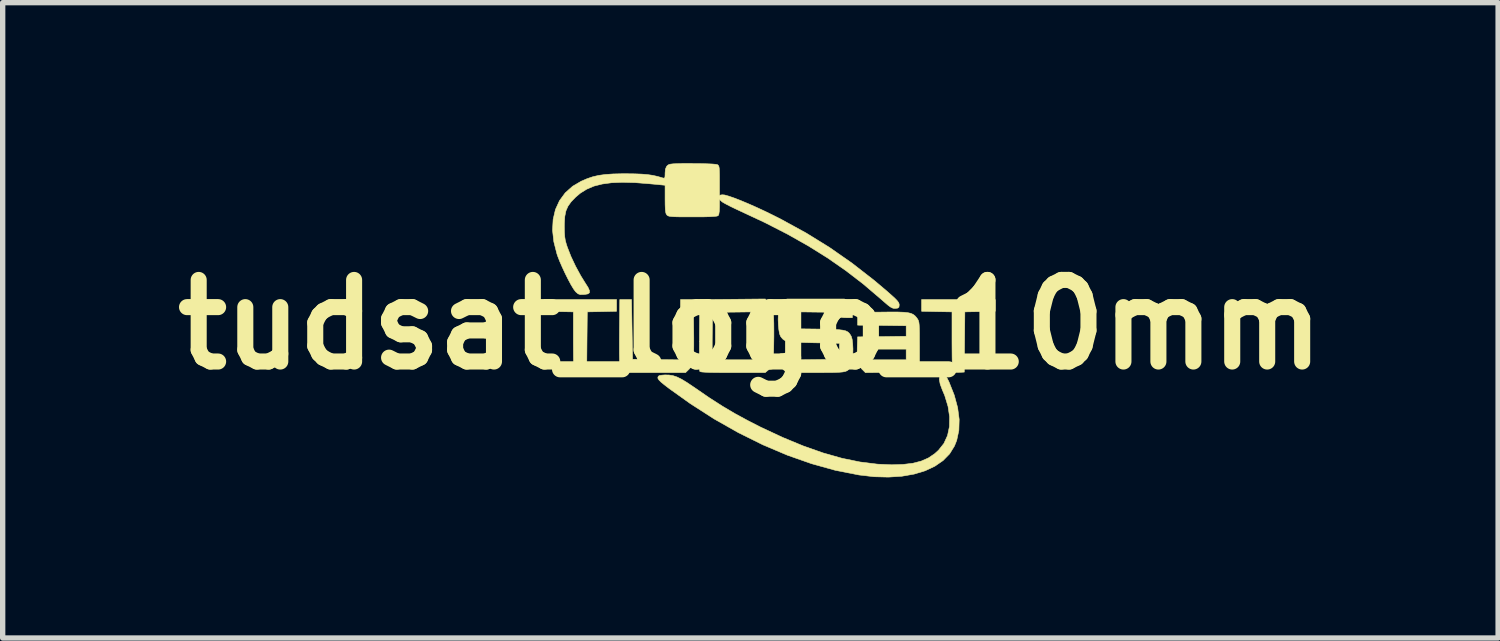
<source format=kicad_pcb>
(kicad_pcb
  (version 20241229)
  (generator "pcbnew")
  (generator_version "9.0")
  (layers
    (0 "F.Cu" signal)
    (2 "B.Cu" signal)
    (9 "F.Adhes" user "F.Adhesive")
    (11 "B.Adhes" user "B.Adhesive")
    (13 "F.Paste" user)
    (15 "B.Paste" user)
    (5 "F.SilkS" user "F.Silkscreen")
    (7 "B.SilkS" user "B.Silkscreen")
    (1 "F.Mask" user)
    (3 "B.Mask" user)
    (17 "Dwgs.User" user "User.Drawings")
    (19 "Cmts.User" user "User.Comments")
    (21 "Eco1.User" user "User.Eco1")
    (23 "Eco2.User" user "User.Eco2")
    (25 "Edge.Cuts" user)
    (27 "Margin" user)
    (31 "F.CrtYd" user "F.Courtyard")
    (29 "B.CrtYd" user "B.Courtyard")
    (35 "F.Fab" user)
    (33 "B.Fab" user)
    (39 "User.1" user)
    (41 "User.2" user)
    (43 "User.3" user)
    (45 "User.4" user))
  (footprint "tudsat_logo_10mm"
    (layer "F.Cu")
    (at 10.966 3.013)
    (property "Reference" "tudsat_logo_10mm" (at 0 0 0) (layer "F.SilkS") (effects (font (size 1.524 1.524) (thickness 0.3))))
    (attr through_hole)
    (fp_poly (pts (xy 4.572 -0.249) (xy 4.288 -0.243) (xy 4.005 -0.238) (xy 3.994 0.887) (xy 3.894 0.892) (xy 3.834 0.893) (xy 3.791 0.889) (xy 3.779 0.884) (xy 3.776 0.861) (xy 3.772 0.804) (xy 3.769 0.717) (xy 3.767 0.606) (xy 3.766 0.476) (xy 3.765 0.332) (xy 3.765 0.316) (xy 3.765 -0.238) (xy 3.481 -0.243) (xy 3.197 -0.249) (xy 3.197 -0.468) (xy 4.572 -0.468) (xy 4.572 -0.249)) (stroke (width 0.01) (type solid)) (fill yes) (layer "F.SilkS"))
    (fp_poly (pts (xy -2.5 -0.249) (xy -2.774 -0.243) (xy -3.047 -0.238) (xy -3.053 0.324) (xy -3.058 0.887) (xy -3.168 0.892) (xy -3.232 0.893) (xy -3.278 0.889) (xy -3.293 0.884) (xy -3.297 0.861) (xy -3.3 0.804) (xy -3.303 0.717) (xy -3.305 0.606) (xy -3.306 0.476) (xy -3.307 0.332) (xy -3.307 0.316) (xy -3.307 -0.238) (xy -3.581 -0.243) (xy -3.855 -0.249) (xy -3.855 -0.468) (xy -2.5 -0.468) (xy -2.5 -0.249)) (stroke (width 0.01) (type solid)) (fill yes) (layer "F.SilkS"))
    (fp_poly (pts (xy -2.211 0.09) (xy -2.201 0.647) (xy -1.758 0.653) (xy -1.315 0.658) (xy -1.31 0.095) (xy -1.305 -0.468) (xy -1.066 -0.468) (xy -1.06 0.06) (xy -1.058 0.243) (xy -1.058 0.391) (xy -1.059 0.509) (xy -1.063 0.6) (xy -1.069 0.669) (xy -1.079 0.721) (xy -1.093 0.76) (xy -1.111 0.791) (xy -1.133 0.818) (xy -1.145 0.831) (xy -1.211 0.896) (xy -2.308 0.896) (xy -2.369 0.835) (xy -2.41 0.787) (xy -2.437 0.741) (xy -2.441 0.731) (xy -2.444 0.7) (xy -2.445 0.635) (xy -2.447 0.541) (xy -2.447 0.424) (xy -2.447 0.289) (xy -2.446 0.141) (xy -2.446 0.11) (xy -2.44 -0.468) (xy -2.221 -0.468) (xy -2.211 0.09)) (stroke (width 0.01) (type solid)) (fill yes) (layer "F.SilkS"))
    (fp_poly (pts (xy 2.764 -0.235) (xy 2.864 -0.231) (xy 2.94 -0.223) (xy 2.997 -0.21) (xy 3.039 -0.191) (xy 3.073 -0.165) (xy 3.103 -0.131) (xy 3.116 -0.113) (xy 3.129 -0.093) (xy 3.139 -0.07) (xy 3.147 -0.039) (xy 3.152 0.006) (xy 3.155 0.07) (xy 3.157 0.158) (xy 3.157 0.275) (xy 3.158 0.415) (xy 3.158 0.887) (xy 2.148 0.897) (xy 2.082 0.831) (xy 2.044 0.785) (xy 2.017 0.73) (xy 2.001 0.661) (xy 1.994 0.569) (xy 1.995 0.458) (xy 2.251 0.458) (xy 2.251 0.657) (xy 2.909 0.657) (xy 2.909 0.458) (xy 2.251 0.458) (xy 1.995 0.458) (xy 1.995 0.447) (xy 1.996 0.408) (xy 2.002 0.229) (xy 2.455 0.224) (xy 2.909 0.218) (xy 2.909 0.021) (xy 2.455 0.015) (xy 2.002 0.01) (xy 2.002 -0.229) (xy 2.47 -0.234) (xy 2.635 -0.236) (xy 2.764 -0.235)) (stroke (width 0.01) (type solid)) (fill yes) (layer "F.SilkS"))
    (fp_poly (pts (xy 0.345 -0.411) (xy 0.404 -0.33) (xy 0.425 -0.266) (xy 0.43 -0.212) (xy 0.434 -0.129) (xy 0.437 -0.023) (xy 0.438 0.098) (xy 0.438 0.226) (xy 0.436 0.354) (xy 0.434 0.474) (xy 0.43 0.578) (xy 0.425 0.661) (xy 0.419 0.713) (xy 0.418 0.721) (xy 0.388 0.784) (xy 0.342 0.841) (xy 0.337 0.845) (xy 0.276 0.896) (xy -0.331 0.896) (xy -0.511 0.896) (xy -0.655 0.895) (xy -0.766 0.893) (xy -0.848 0.889) (xy -0.903 0.885) (xy -0.935 0.879) (xy -0.947 0.872) (xy -0.947 0.871) (xy -0.949 0.846) (xy -0.951 0.786) (xy -0.952 0.695) (xy -0.953 0.58) (xy -0.953 0.444) (xy -0.953 0.428) (xy -0.714 0.428) (xy -0.713 0.522) (xy -0.712 0.591) (xy -0.709 0.628) (xy -0.708 0.632) (xy -0.696 0.641) (xy -0.663 0.647) (xy -0.605 0.652) (xy -0.52 0.655) (xy -0.402 0.657) (xy -0.26 0.657) (xy 0.179 0.657) (xy 0.179 -0.24) (xy -0.264 -0.234) (xy -0.707 -0.229) (xy -0.713 0.189) (xy -0.714 0.315) (xy -0.714 0.428) (xy -0.953 0.428) (xy -0.952 0.293) (xy -0.952 0.189) (xy -0.946 -0.468) (xy -0.335 -0.473) (xy 0.277 -0.479) (xy 0.345 -0.411)) (stroke (width 0.01) (type solid)) (fill yes) (layer "F.SilkS"))
    (fp_poly (pts (xy 3.626 0.935) (xy 3.664 0.982) (xy 3.707 1.066) (xy 3.709 1.071) (xy 3.807 1.317) (xy 3.87 1.55) (xy 3.899 1.77) (xy 3.893 1.975) (xy 3.853 2.162) (xy 3.811 2.267) (xy 3.721 2.413) (xy 3.598 2.539) (xy 3.444 2.645) (xy 3.263 2.73) (xy 3.057 2.792) (xy 2.828 2.832) (xy 2.578 2.848) (xy 2.31 2.841) (xy 2.026 2.808) (xy 2.022 2.807) (xy 1.585 2.721) (xy 1.14 2.597) (xy 0.688 2.438) (xy 0.233 2.245) (xy -0.223 2.019) (xy -0.677 1.762) (xy -1.125 1.474) (xy -1.51 1.199) (xy -1.603 1.128) (xy -1.668 1.075) (xy -1.707 1.036) (xy -1.726 1.008) (xy -1.729 0.988) (xy -1.721 0.965) (xy -1.699 0.951) (xy -1.652 0.944) (xy -1.601 0.94) (xy -1.524 0.941) (xy -1.45 0.952) (xy -1.374 0.977) (xy -1.288 1.019) (xy -1.187 1.08) (xy -1.064 1.163) (xy -1.021 1.192) (xy -0.767 1.367) (xy -0.527 1.521) (xy -0.289 1.662) (xy -0.04 1.797) (xy 0.189 1.914) (xy 0.6 2.106) (xy 0.989 2.267) (xy 1.359 2.397) (xy 1.712 2.497) (xy 2.049 2.566) (xy 2.372 2.606) (xy 2.64 2.618) (xy 2.854 2.611) (xy 3.036 2.589) (xy 3.191 2.549) (xy 3.325 2.49) (xy 3.443 2.41) (xy 3.513 2.346) (xy 3.614 2.219) (xy 3.682 2.07) (xy 3.717 1.904) (xy 3.72 1.722) (xy 3.691 1.528) (xy 3.629 1.324) (xy 3.585 1.221) (xy 3.544 1.111) (xy 3.528 1.024) (xy 3.537 0.961) (xy 3.556 0.937) (xy 3.591 0.92) (xy 3.626 0.935)) (stroke (width 0.01) (type solid)) (fill yes) (layer "F.SilkS"))
    (fp_poly (pts (xy 1.836 -0.4) (xy 1.882 -0.351) (xy 1.904 -0.312) (xy 1.91 -0.267) (xy 1.909 -0.225) (xy 1.903 -0.129) (xy 1.794 -0.129) (xy 1.731 -0.131) (xy 1.696 -0.139) (xy 1.68 -0.158) (xy 1.673 -0.179) (xy 1.662 -0.229) (xy 1.219 -0.234) (xy 0.777 -0.24) (xy 0.777 0.077) (xy 1.26 0.083) (xy 1.424 0.086) (xy 1.553 0.089) (xy 1.652 0.095) (xy 1.726 0.104) (xy 1.78 0.117) (xy 1.818 0.136) (xy 1.846 0.161) (xy 1.868 0.193) (xy 1.884 0.221) (xy 1.9 0.275) (xy 1.91 0.357) (xy 1.915 0.453) (xy 1.913 0.555) (xy 1.907 0.651) (xy 1.895 0.729) (xy 1.877 0.78) (xy 1.876 0.782) (xy 1.854 0.815) (xy 1.833 0.84) (xy 1.808 0.86) (xy 1.774 0.874) (xy 1.726 0.884) (xy 1.66 0.89) (xy 1.571 0.894) (xy 1.454 0.895) (xy 1.304 0.896) (xy 1.218 0.896) (xy 0.673 0.896) (xy 0.607 0.831) (xy 0.554 0.761) (xy 0.528 0.677) (xy 0.527 0.67) (xy 0.522 0.605) (xy 0.528 0.563) (xy 0.533 0.555) (xy 0.562 0.545) (xy 0.617 0.541) (xy 0.66 0.542) (xy 0.722 0.547) (xy 0.755 0.557) (xy 0.769 0.577) (xy 0.773 0.603) (xy 0.78 0.658) (xy 1.222 0.653) (xy 1.663 0.647) (xy 1.663 0.349) (xy 1.175 0.339) (xy 1.015 0.335) (xy 0.89 0.331) (xy 0.794 0.326) (xy 0.722 0.318) (xy 0.671 0.307) (xy 0.633 0.291) (xy 0.605 0.27) (xy 0.581 0.243) (xy 0.562 0.217) (xy 0.544 0.171) (xy 0.531 0.097) (xy 0.522 0.004) (xy 0.518 -0.096) (xy 0.521 -0.192) (xy 0.527 -0.252) (xy 0.549 -0.331) (xy 0.592 -0.394) (xy 0.611 -0.413) (xy 0.68 -0.478) (xy 1.758 -0.478) (xy 1.836 -0.4)) (stroke (width 0.01) (type solid)) (fill yes) (layer "F.SilkS"))
    (fp_poly (pts (xy -0.938 -3.007) (xy -0.813 -3.004) (xy -0.715 -3) (xy -0.648 -2.994) (xy -0.616 -2.988) (xy -0.601 -2.976) (xy -0.59 -2.957) (xy -0.583 -2.924) (xy -0.58 -2.869) (xy -0.578 -2.787) (xy -0.578 -2.691) (xy -0.578 -2.416) (xy -0.529 -2.425) (xy -0.485 -2.422) (xy -0.409 -2.401) (xy -0.307 -2.366) (xy -0.183 -2.318) (xy -0.042 -2.259) (xy 0.112 -2.191) (xy 0.276 -2.115) (xy 0.443 -2.033) (xy 0.577 -1.965) (xy 1.039 -1.712) (xy 1.476 -1.442) (xy 1.896 -1.149) (xy 2.31 -0.827) (xy 2.54 -0.633) (xy 2.632 -0.552) (xy 2.698 -0.492) (xy 2.741 -0.447) (xy 2.766 -0.414) (xy 2.777 -0.386) (xy 2.779 -0.367) (xy 2.774 -0.327) (xy 2.753 -0.309) (xy 2.709 -0.303) (xy 2.679 -0.303) (xy 2.65 -0.311) (xy 2.614 -0.33) (xy 2.567 -0.365) (xy 2.503 -0.42) (xy 2.42 -0.492) (xy 2.107 -0.759) (xy 1.783 -1.008) (xy 1.442 -1.245) (xy 1.08 -1.471) (xy 0.692 -1.69) (xy 0.274 -1.904) (xy -0.173 -2.113) (xy -0.28 -2.163) (xy -0.377 -2.21) (xy -0.456 -2.251) (xy -0.512 -2.282) (xy -0.533 -2.297) (xy -0.578 -2.338) (xy -0.578 -2.199) (xy -0.581 -2.12) (xy -0.59 -2.061) (xy -0.602 -2.036) (xy -0.624 -2.027) (xy -0.673 -2.021) (xy -0.753 -2.016) (xy -0.865 -2.013) (xy -1.014 -2.012) (xy -1.077 -2.012) (xy -1.223 -2.012) (xy -1.335 -2.013) (xy -1.417 -2.015) (xy -1.475 -2.019) (xy -1.514 -2.024) (xy -1.539 -2.032) (xy -1.555 -2.043) (xy -1.561 -2.049) (xy -1.575 -2.071) (xy -1.584 -2.105) (xy -1.59 -2.16) (xy -1.593 -2.24) (xy -1.594 -2.344) (xy -1.594 -2.603) (xy -1.888 -2.631) (xy -2.155 -2.652) (xy -2.389 -2.658) (xy -2.592 -2.65) (xy -2.769 -2.626) (xy -2.923 -2.587) (xy -3.057 -2.53) (xy -3.176 -2.456) (xy -3.266 -2.38) (xy -3.349 -2.294) (xy -3.408 -2.211) (xy -3.446 -2.124) (xy -3.467 -2.021) (xy -3.475 -1.893) (xy -3.476 -1.833) (xy -3.474 -1.723) (xy -3.468 -1.64) (xy -3.457 -1.57) (xy -3.437 -1.498) (xy -3.419 -1.444) (xy -3.352 -1.273) (xy -3.265 -1.089) (xy -3.167 -0.909) (xy -3.085 -0.777) (xy -3.032 -0.693) (xy -3.006 -0.634) (xy -3.006 -0.596) (xy -3.035 -0.574) (xy -3.092 -0.564) (xy -3.116 -0.562) (xy -3.178 -0.561) (xy -3.219 -0.575) (xy -3.259 -0.609) (xy -3.268 -0.618) (xy -3.304 -0.667) (xy -3.351 -0.745) (xy -3.404 -0.844) (xy -3.46 -0.956) (xy -3.514 -1.072) (xy -3.563 -1.184) (xy -3.602 -1.285) (xy -3.614 -1.321) (xy -3.672 -1.548) (xy -3.696 -1.763) (xy -3.685 -1.964) (xy -3.642 -2.149) (xy -3.566 -2.315) (xy -3.459 -2.461) (xy -3.321 -2.584) (xy -3.161 -2.678) (xy -3.052 -2.725) (xy -2.946 -2.761) (xy -2.835 -2.787) (xy -2.71 -2.804) (xy -2.565 -2.814) (xy -2.39 -2.818) (xy -2.321 -2.818) (xy -2.16 -2.816) (xy -2.03 -2.811) (xy -1.922 -2.802) (xy -1.826 -2.788) (xy -1.732 -2.767) (xy -1.632 -2.738) (xy -1.629 -2.737) (xy -1.608 -2.736) (xy -1.597 -2.755) (xy -1.594 -2.803) (xy -1.594 -2.828) (xy -1.588 -2.903) (xy -1.567 -2.952) (xy -1.554 -2.968) (xy -1.538 -2.981) (xy -1.519 -2.991) (xy -1.489 -2.998) (xy -1.443 -3.003) (xy -1.377 -3.006) (xy -1.285 -3.008) (xy -1.161 -3.008) (xy -1.084 -3.008) (xy -0.938 -3.007)) (stroke (width 0.01) (type solid)) (fill yes) (layer "F.SilkS")))
  (gr_rect
    (start -3 -3)
    (end 24.931 8.866)
    (stroke (width 0.1) (type default))
    (fill no)
    (layer "Edge.Cuts")))
</source>
